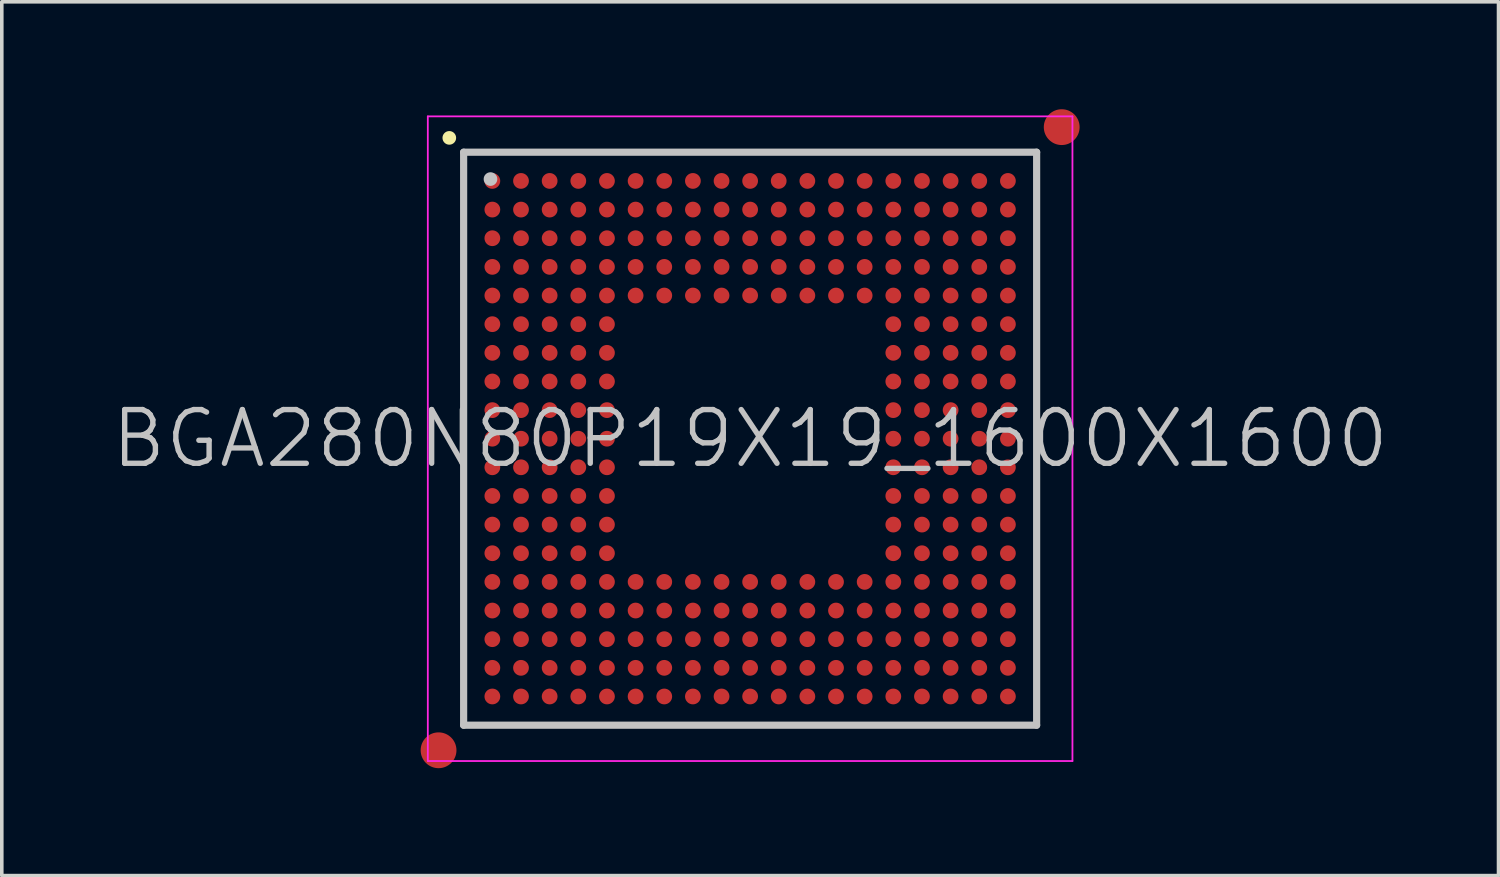
<source format=kicad_pcb>
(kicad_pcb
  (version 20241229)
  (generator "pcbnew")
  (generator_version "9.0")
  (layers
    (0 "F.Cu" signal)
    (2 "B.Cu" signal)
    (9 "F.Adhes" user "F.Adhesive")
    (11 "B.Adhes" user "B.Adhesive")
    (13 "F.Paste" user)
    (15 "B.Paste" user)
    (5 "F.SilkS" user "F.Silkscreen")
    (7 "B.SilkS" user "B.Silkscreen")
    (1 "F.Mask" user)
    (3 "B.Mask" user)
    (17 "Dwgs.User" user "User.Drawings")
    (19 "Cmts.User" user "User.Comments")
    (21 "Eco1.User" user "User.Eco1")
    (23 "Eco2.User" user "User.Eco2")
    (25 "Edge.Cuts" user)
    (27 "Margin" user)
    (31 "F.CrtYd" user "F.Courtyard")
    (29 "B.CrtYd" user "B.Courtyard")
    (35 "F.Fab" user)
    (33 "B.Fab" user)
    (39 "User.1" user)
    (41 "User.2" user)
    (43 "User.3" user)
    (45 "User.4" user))
  (footprint "BGA280N80P19X19_1600X1600"
    (layer "F.Cu")
    (at 17.896 9.2)
    (property "Reference" "BGA280N80P19X19_1600X1600" (at 0 0 0) (layer "Dwgs.User") (effects (font (size 1.5 1.5) (thickness 0.15))))
    (attr smd)
    (fp_line (start -8.4 -8.4) (end -8.4 -8.4) (stroke (width 0.381) (type solid)) (layer "F.SilkS"))
    (fp_line (start -8 -8) (end -8 8) (stroke (width 0.2) (type solid)) (layer "Dwgs.User"))
    (fp_line (start -8 -8) (end 8 -8) (stroke (width 0.2) (type solid)) (layer "Dwgs.User"))
    (fp_line (start -8 8) (end 8 8) (stroke (width 0.2) (type solid)) (layer "Dwgs.User"))
    (fp_line (start -7.25 -7.25) (end -7.25 -7.25) (stroke (width 0.381) (type solid)) (layer "Dwgs.User"))
    (fp_line (start 8 -8) (end 8 8) (stroke (width 0.2) (type solid)) (layer "Dwgs.User"))
    (fp_line (start -9 -9) (end -9 9) (stroke (width 0.05) (type solid)) (layer "F.CrtYd"))
    (fp_line (start -9 -9) (end 9 -9) (stroke (width 0.05) (type solid)) (layer "F.CrtYd"))
    (fp_line (start -9 9) (end 9 9) (stroke (width 0.05) (type solid)) (layer "F.CrtYd"))
    (fp_line (start 9 -9) (end 9 9) (stroke (width 0.05) (type solid)) (layer "F.CrtYd"))
    (pad "" smd circle (at -8.7 8.7) (size 1 1) (layers "F.Cu" "F.Mask"))
    (pad "" smd circle (at 8.7 -8.7) (size 1 1) (layers "F.Cu" "F.Mask"))
    (pad "A1" smd circle (at -7.198 -7.198 270) (size 0.44 0.44) (layers "F.Cu" "F.Mask" "F.Paste"))
    (pad "A2" smd circle (at -6.398 -7.198 270) (size 0.44 0.44) (layers "F.Cu" "F.Mask" "F.Paste"))
    (pad "A3" smd circle (at -5.598 -7.198 270) (size 0.44 0.44) (layers "F.Cu" "F.Mask" "F.Paste"))
    (pad "A4" smd circle (at -4.798 -7.198 270) (size 0.44 0.44) (layers "F.Cu" "F.Mask" "F.Paste"))
    (pad "A5" smd circle (at -3.998 -7.198 270) (size 0.44 0.44) (layers "F.Cu" "F.Mask" "F.Paste"))
    (pad "A6" smd circle (at -3.198 -7.198 270) (size 0.44 0.44) (layers "F.Cu" "F.Mask" "F.Paste"))
    (pad "A7" smd circle (at -2.398 -7.198 270) (size 0.44 0.44) (layers "F.Cu" "F.Mask" "F.Paste"))
    (pad "A8" smd circle (at -1.598 -7.198 270) (size 0.44 0.44) (layers "F.Cu" "F.Mask" "F.Paste"))
    (pad "A9" smd circle (at -0.798 -7.198 270) (size 0.44 0.44) (layers "F.Cu" "F.Mask" "F.Paste"))
    (pad "A10" smd circle (at 0 -7.198 270) (size 0.44 0.44) (layers "F.Cu" "F.Mask" "F.Paste"))
    (pad "A11" smd circle (at 0.798 -7.198 270) (size 0.44 0.44) (layers "F.Cu" "F.Mask" "F.Paste"))
    (pad "A12" smd circle (at 1.598 -7.198 270) (size 0.44 0.44) (layers "F.Cu" "F.Mask" "F.Paste"))
    (pad "A13" smd circle (at 2.398 -7.198 270) (size 0.44 0.44) (layers "F.Cu" "F.Mask" "F.Paste"))
    (pad "A14" smd circle (at 3.198 -7.198 270) (size 0.44 0.44) (layers "F.Cu" "F.Mask" "F.Paste"))
    (pad "A15" smd circle (at 3.998 -7.198 270) (size 0.44 0.44) (layers "F.Cu" "F.Mask" "F.Paste"))
    (pad "A16" smd circle (at 4.798 -7.198 270) (size 0.44 0.44) (layers "F.Cu" "F.Mask" "F.Paste"))
    (pad "A17" smd circle (at 5.598 -7.198 270) (size 0.44 0.44) (layers "F.Cu" "F.Mask" "F.Paste"))
    (pad "A18" smd circle (at 6.398 -7.198 270) (size 0.44 0.44) (layers "F.Cu" "F.Mask" "F.Paste"))
    (pad "A19" smd circle (at 7.198 -7.198 270) (size 0.44 0.44) (layers "F.Cu" "F.Mask" "F.Paste"))
    (pad "B1" smd circle (at -7.198 -6.398 270) (size 0.44 0.44) (layers "F.Cu" "F.Mask" "F.Paste"))
    (pad "B2" smd circle (at -6.398 -6.398 270) (size 0.44 0.44) (layers "F.Cu" "F.Mask" "F.Paste"))
    (pad "B3" smd circle (at -5.598 -6.398 270) (size 0.44 0.44) (layers "F.Cu" "F.Mask" "F.Paste"))
    (pad "B4" smd circle (at -4.798 -6.398 270) (size 0.44 0.44) (layers "F.Cu" "F.Mask" "F.Paste"))
    (pad "B5" smd circle (at -3.998 -6.398 270) (size 0.44 0.44) (layers "F.Cu" "F.Mask" "F.Paste"))
    (pad "B6" smd circle (at -3.198 -6.398 270) (size 0.44 0.44) (layers "F.Cu" "F.Mask" "F.Paste"))
    (pad "B7" smd circle (at -2.398 -6.398 270) (size 0.44 0.44) (layers "F.Cu" "F.Mask" "F.Paste"))
    (pad "B8" smd circle (at -1.598 -6.398 270) (size 0.44 0.44) (layers "F.Cu" "F.Mask" "F.Paste"))
    (pad "B9" smd circle (at -0.798 -6.398 270) (size 0.44 0.44) (layers "F.Cu" "F.Mask" "F.Paste"))
    (pad "B10" smd circle (at 0 -6.398 270) (size 0.44 0.44) (layers "F.Cu" "F.Mask" "F.Paste"))
    (pad "B11" smd circle (at 0.798 -6.398 270) (size 0.44 0.44) (layers "F.Cu" "F.Mask" "F.Paste"))
    (pad "B12" smd circle (at 1.598 -6.398 270) (size 0.44 0.44) (layers "F.Cu" "F.Mask" "F.Paste"))
    (pad "B13" smd circle (at 2.398 -6.398 270) (size 0.44 0.44) (layers "F.Cu" "F.Mask" "F.Paste"))
    (pad "B14" smd circle (at 3.198 -6.398 270) (size 0.44 0.44) (layers "F.Cu" "F.Mask" "F.Paste"))
    (pad "B15" smd circle (at 3.998 -6.398 270) (size 0.44 0.44) (layers "F.Cu" "F.Mask" "F.Paste"))
    (pad "B16" smd circle (at 4.798 -6.398 270) (size 0.44 0.44) (layers "F.Cu" "F.Mask" "F.Paste"))
    (pad "B17" smd circle (at 5.598 -6.398 270) (size 0.44 0.44) (layers "F.Cu" "F.Mask" "F.Paste"))
    (pad "B18" smd circle (at 6.398 -6.398 270) (size 0.44 0.44) (layers "F.Cu" "F.Mask" "F.Paste"))
    (pad "B19" smd circle (at 7.198 -6.398 270) (size 0.44 0.44) (layers "F.Cu" "F.Mask" "F.Paste"))
    (pad "C1" smd circle (at -7.198 -5.598 270) (size 0.44 0.44) (layers "F.Cu" "F.Mask" "F.Paste"))
    (pad "C2" smd circle (at -6.398 -5.598 270) (size 0.44 0.44) (layers "F.Cu" "F.Mask" "F.Paste"))
    (pad "C3" smd circle (at -5.598 -5.598 270) (size 0.44 0.44) (layers "F.Cu" "F.Mask" "F.Paste"))
    (pad "C4" smd circle (at -4.798 -5.598 270) (size 0.44 0.44) (layers "F.Cu" "F.Mask" "F.Paste"))
    (pad "C5" smd circle (at -3.998 -5.598 270) (size 0.44 0.44) (layers "F.Cu" "F.Mask" "F.Paste"))
    (pad "C6" smd circle (at -3.198 -5.598 270) (size 0.44 0.44) (layers "F.Cu" "F.Mask" "F.Paste"))
    (pad "C7" smd circle (at -2.398 -5.598 270) (size 0.44 0.44) (layers "F.Cu" "F.Mask" "F.Paste"))
    (pad "C8" smd circle (at -1.598 -5.598 270) (size 0.44 0.44) (layers "F.Cu" "F.Mask" "F.Paste"))
    (pad "C9" smd circle (at -0.798 -5.598 270) (size 0.44 0.44) (layers "F.Cu" "F.Mask" "F.Paste"))
    (pad "C10" smd circle (at 0 -5.598 270) (size 0.44 0.44) (layers "F.Cu" "F.Mask" "F.Paste"))
    (pad "C11" smd circle (at 0.798 -5.598 270) (size 0.44 0.44) (layers "F.Cu" "F.Mask" "F.Paste"))
    (pad "C12" smd circle (at 1.598 -5.598 270) (size 0.44 0.44) (layers "F.Cu" "F.Mask" "F.Paste"))
    (pad "C13" smd circle (at 2.398 -5.598 270) (size 0.44 0.44) (layers "F.Cu" "F.Mask" "F.Paste"))
    (pad "C14" smd circle (at 3.198 -5.598 270) (size 0.44 0.44) (layers "F.Cu" "F.Mask" "F.Paste"))
    (pad "C15" smd circle (at 3.998 -5.598 270) (size 0.44 0.44) (layers "F.Cu" "F.Mask" "F.Paste"))
    (pad "C16" smd circle (at 4.798 -5.598 270) (size 0.44 0.44) (layers "F.Cu" "F.Mask" "F.Paste"))
    (pad "C17" smd circle (at 5.598 -5.598 270) (size 0.44 0.44) (layers "F.Cu" "F.Mask" "F.Paste"))
    (pad "C18" smd circle (at 6.398 -5.598 270) (size 0.44 0.44) (layers "F.Cu" "F.Mask" "F.Paste"))
    (pad "C19" smd circle (at 7.198 -5.598 270) (size 0.44 0.44) (layers "F.Cu" "F.Mask" "F.Paste"))
    (pad "D1" smd circle (at -7.198 -4.798 270) (size 0.44 0.44) (layers "F.Cu" "F.Mask" "F.Paste"))
    (pad "D2" smd circle (at -6.398 -4.798 270) (size 0.44 0.44) (layers "F.Cu" "F.Mask" "F.Paste"))
    (pad "D3" smd circle (at -5.598 -4.798 270) (size 0.44 0.44) (layers "F.Cu" "F.Mask" "F.Paste"))
    (pad "D4" smd circle (at -4.798 -4.798 270) (size 0.44 0.44) (layers "F.Cu" "F.Mask" "F.Paste"))
    (pad "D5" smd circle (at -3.998 -4.798 270) (size 0.44 0.44) (layers "F.Cu" "F.Mask" "F.Paste"))
    (pad "D6" smd circle (at -3.198 -4.798 270) (size 0.44 0.44) (layers "F.Cu" "F.Mask" "F.Paste"))
    (pad "D7" smd circle (at -2.398 -4.798 270) (size 0.44 0.44) (layers "F.Cu" "F.Mask" "F.Paste"))
    (pad "D8" smd circle (at -1.598 -4.798 270) (size 0.44 0.44) (layers "F.Cu" "F.Mask" "F.Paste"))
    (pad "D9" smd circle (at -0.798 -4.798 270) (size 0.44 0.44) (layers "F.Cu" "F.Mask" "F.Paste"))
    (pad "D10" smd circle (at 0 -4.798 270) (size 0.44 0.44) (layers "F.Cu" "F.Mask" "F.Paste"))
    (pad "D11" smd circle (at 0.798 -4.798 270) (size 0.44 0.44) (layers "F.Cu" "F.Mask" "F.Paste"))
    (pad "D12" smd circle (at 1.598 -4.798 270) (size 0.44 0.44) (layers "F.Cu" "F.Mask" "F.Paste"))
    (pad "D13" smd circle (at 2.398 -4.798 270) (size 0.44 0.44) (layers "F.Cu" "F.Mask" "F.Paste"))
    (pad "D14" smd circle (at 3.198 -4.798 270) (size 0.44 0.44) (layers "F.Cu" "F.Mask" "F.Paste"))
    (pad "D15" smd circle (at 3.998 -4.798 270) (size 0.44 0.44) (layers "F.Cu" "F.Mask" "F.Paste"))
    (pad "D16" smd circle (at 4.798 -4.798 270) (size 0.44 0.44) (layers "F.Cu" "F.Mask" "F.Paste"))
    (pad "D17" smd circle (at 5.598 -4.798 270) (size 0.44 0.44) (layers "F.Cu" "F.Mask" "F.Paste"))
    (pad "D18" smd circle (at 6.398 -4.798 270) (size 0.44 0.44) (layers "F.Cu" "F.Mask" "F.Paste"))
    (pad "D19" smd circle (at 7.198 -4.798 270) (size 0.44 0.44) (layers "F.Cu" "F.Mask" "F.Paste"))
    (pad "E1" smd circle (at -7.198 -3.998 270) (size 0.44 0.44) (layers "F.Cu" "F.Mask" "F.Paste"))
    (pad "E2" smd circle (at -6.398 -3.998 270) (size 0.44 0.44) (layers "F.Cu" "F.Mask" "F.Paste"))
    (pad "E3" smd circle (at -5.598 -3.998 270) (size 0.44 0.44) (layers "F.Cu" "F.Mask" "F.Paste"))
    (pad "E4" smd circle (at -4.798 -3.998 270) (size 0.44 0.44) (layers "F.Cu" "F.Mask" "F.Paste"))
    (pad "E5" smd circle (at -3.998 -3.998 270) (size 0.44 0.44) (layers "F.Cu" "F.Mask" "F.Paste"))
    (pad "E6" smd circle (at -3.198 -3.998 270) (size 0.44 0.44) (layers "F.Cu" "F.Mask" "F.Paste"))
    (pad "E7" smd circle (at -2.398 -3.998 270) (size 0.44 0.44) (layers "F.Cu" "F.Mask" "F.Paste"))
    (pad "E8" smd circle (at -1.598 -3.998 270) (size 0.44 0.44) (layers "F.Cu" "F.Mask" "F.Paste"))
    (pad "E9" smd circle (at -0.798 -3.998 270) (size 0.44 0.44) (layers "F.Cu" "F.Mask" "F.Paste"))
    (pad "E10" smd circle (at 0 -3.998 270) (size 0.44 0.44) (layers "F.Cu" "F.Mask" "F.Paste"))
    (pad "E11" smd circle (at 0.798 -3.998 270) (size 0.44 0.44) (layers "F.Cu" "F.Mask" "F.Paste"))
    (pad "E12" smd circle (at 1.598 -3.998 270) (size 0.44 0.44) (layers "F.Cu" "F.Mask" "F.Paste"))
    (pad "E13" smd circle (at 2.398 -3.998 270) (size 0.44 0.44) (layers "F.Cu" "F.Mask" "F.Paste"))
    (pad "E14" smd circle (at 3.198 -3.998 270) (size 0.44 0.44) (layers "F.Cu" "F.Mask" "F.Paste"))
    (pad "E15" smd circle (at 3.998 -3.998 270) (size 0.44 0.44) (layers "F.Cu" "F.Mask" "F.Paste"))
    (pad "E16" smd circle (at 4.798 -3.998 270) (size 0.44 0.44) (layers "F.Cu" "F.Mask" "F.Paste"))
    (pad "E17" smd circle (at 5.598 -3.998 270) (size 0.44 0.44) (layers "F.Cu" "F.Mask" "F.Paste"))
    (pad "E18" smd circle (at 6.398 -3.998 270) (size 0.44 0.44) (layers "F.Cu" "F.Mask" "F.Paste"))
    (pad "E19" smd circle (at 7.198 -3.998 270) (size 0.44 0.44) (layers "F.Cu" "F.Mask" "F.Paste"))
    (pad "F1" smd circle (at -7.198 -3.198 270) (size 0.44 0.44) (layers "F.Cu" "F.Mask" "F.Paste"))
    (pad "F2" smd circle (at -6.398 -3.198 270) (size 0.44 0.44) (layers "F.Cu" "F.Mask" "F.Paste"))
    (pad "F3" smd circle (at -5.598 -3.198 270) (size 0.44 0.44) (layers "F.Cu" "F.Mask" "F.Paste"))
    (pad "F4" smd circle (at -4.798 -3.198 270) (size 0.44 0.44) (layers "F.Cu" "F.Mask" "F.Paste"))
    (pad "F5" smd circle (at -3.998 -3.198 270) (size 0.44 0.44) (layers "F.Cu" "F.Mask" "F.Paste"))
    (pad "F15" smd circle (at 3.998 -3.198 270) (size 0.44 0.44) (layers "F.Cu" "F.Mask" "F.Paste"))
    (pad "F16" smd circle (at 4.798 -3.198 270) (size 0.44 0.44) (layers "F.Cu" "F.Mask" "F.Paste"))
    (pad "F17" smd circle (at 5.598 -3.198 270) (size 0.44 0.44) (layers "F.Cu" "F.Mask" "F.Paste"))
    (pad "F18" smd circle (at 6.398 -3.198 270) (size 0.44 0.44) (layers "F.Cu" "F.Mask" "F.Paste"))
    (pad "F19" smd circle (at 7.198 -3.198 270) (size 0.44 0.44) (layers "F.Cu" "F.Mask" "F.Paste"))
    (pad "G1" smd circle (at -7.198 -2.398 270) (size 0.44 0.44) (layers "F.Cu" "F.Mask" "F.Paste"))
    (pad "G2" smd circle (at -6.398 -2.398 270) (size 0.44 0.44) (layers "F.Cu" "F.Mask" "F.Paste"))
    (pad "G3" smd circle (at -5.598 -2.398 270) (size 0.44 0.44) (layers "F.Cu" "F.Mask" "F.Paste"))
    (pad "G4" smd circle (at -4.798 -2.398 270) (size 0.44 0.44) (layers "F.Cu" "F.Mask" "F.Paste"))
    (pad "G5" smd circle (at -3.998 -2.398 270) (size 0.44 0.44) (layers "F.Cu" "F.Mask" "F.Paste"))
    (pad "G15" smd circle (at 3.998 -2.398 270) (size 0.44 0.44) (layers "F.Cu" "F.Mask" "F.Paste"))
    (pad "G16" smd circle (at 4.798 -2.398 270) (size 0.44 0.44) (layers "F.Cu" "F.Mask" "F.Paste"))
    (pad "G17" smd circle (at 5.598 -2.398 270) (size 0.44 0.44) (layers "F.Cu" "F.Mask" "F.Paste"))
    (pad "G18" smd circle (at 6.398 -2.398 270) (size 0.44 0.44) (layers "F.Cu" "F.Mask" "F.Paste"))
    (pad "G19" smd circle (at 7.198 -2.398 270) (size 0.44 0.44) (layers "F.Cu" "F.Mask" "F.Paste"))
    (pad "H1" smd circle (at -7.198 -1.598 270) (size 0.44 0.44) (layers "F.Cu" "F.Mask" "F.Paste"))
    (pad "H2" smd circle (at -6.398 -1.598 270) (size 0.44 0.44) (layers "F.Cu" "F.Mask" "F.Paste"))
    (pad "H3" smd circle (at -5.598 -1.598 270) (size 0.44 0.44) (layers "F.Cu" "F.Mask" "F.Paste"))
    (pad "H4" smd circle (at -4.798 -1.598 270) (size 0.44 0.44) (layers "F.Cu" "F.Mask" "F.Paste"))
    (pad "H5" smd circle (at -3.998 -1.598 270) (size 0.44 0.44) (layers "F.Cu" "F.Mask" "F.Paste"))
    (pad "H15" smd circle (at 3.998 -1.598 270) (size 0.44 0.44) (layers "F.Cu" "F.Mask" "F.Paste"))
    (pad "H16" smd circle (at 4.798 -1.598 270) (size 0.44 0.44) (layers "F.Cu" "F.Mask" "F.Paste"))
    (pad "H17" smd circle (at 5.598 -1.598 270) (size 0.44 0.44) (layers "F.Cu" "F.Mask" "F.Paste"))
    (pad "H18" smd circle (at 6.398 -1.598 270) (size 0.44 0.44) (layers "F.Cu" "F.Mask" "F.Paste"))
    (pad "H19" smd circle (at 7.198 -1.598 270) (size 0.44 0.44) (layers "F.Cu" "F.Mask" "F.Paste"))
    (pad "J1" smd circle (at -7.198 -0.798 270) (size 0.44 0.44) (layers "F.Cu" "F.Mask" "F.Paste"))
    (pad "J2" smd circle (at -6.398 -0.798 270) (size 0.44 0.44) (layers "F.Cu" "F.Mask" "F.Paste"))
    (pad "J3" smd circle (at -5.598 -0.798 270) (size 0.44 0.44) (layers "F.Cu" "F.Mask" "F.Paste"))
    (pad "J4" smd circle (at -4.798 -0.798 270) (size 0.44 0.44) (layers "F.Cu" "F.Mask" "F.Paste"))
    (pad "J5" smd circle (at -3.998 -0.798 270) (size 0.44 0.44) (layers "F.Cu" "F.Mask" "F.Paste"))
    (pad "J15" smd circle (at 3.998 -0.798 270) (size 0.44 0.44) (layers "F.Cu" "F.Mask" "F.Paste"))
    (pad "J16" smd circle (at 4.798 -0.798 270) (size 0.44 0.44) (layers "F.Cu" "F.Mask" "F.Paste"))
    (pad "J17" smd circle (at 5.598 -0.798 270) (size 0.44 0.44) (layers "F.Cu" "F.Mask" "F.Paste"))
    (pad "J18" smd circle (at 6.398 -0.798 270) (size 0.44 0.44) (layers "F.Cu" "F.Mask" "F.Paste"))
    (pad "J19" smd circle (at 7.198 -0.798 270) (size 0.44 0.44) (layers "F.Cu" "F.Mask" "F.Paste"))
    (pad "K1" smd circle (at -7.198 0 270) (size 0.44 0.44) (layers "F.Cu" "F.Mask" "F.Paste"))
    (pad "K2" smd circle (at -6.398 0 270) (size 0.44 0.44) (layers "F.Cu" "F.Mask" "F.Paste"))
    (pad "K3" smd circle (at -5.598 0 270) (size 0.44 0.44) (layers "F.Cu" "F.Mask" "F.Paste"))
    (pad "K4" smd circle (at -4.798 0 270) (size 0.44 0.44) (layers "F.Cu" "F.Mask" "F.Paste"))
    (pad "K5" smd circle (at -3.998 0 270) (size 0.44 0.44) (layers "F.Cu" "F.Mask" "F.Paste"))
    (pad "K15" smd circle (at 3.998 0 270) (size 0.44 0.44) (layers "F.Cu" "F.Mask" "F.Paste"))
    (pad "K16" smd circle (at 4.798 0 270) (size 0.44 0.44) (layers "F.Cu" "F.Mask" "F.Paste"))
    (pad "K17" smd circle (at 5.598 0 270) (size 0.44 0.44) (layers "F.Cu" "F.Mask" "F.Paste"))
    (pad "K18" smd circle (at 6.398 0 270) (size 0.44 0.44) (layers "F.Cu" "F.Mask" "F.Paste"))
    (pad "K19" smd circle (at 7.198 0 270) (size 0.44 0.44) (layers "F.Cu" "F.Mask" "F.Paste"))
    (pad "L1" smd circle (at -7.198 0.798 270) (size 0.44 0.44) (layers "F.Cu" "F.Mask" "F.Paste"))
    (pad "L2" smd circle (at -6.398 0.798 270) (size 0.44 0.44) (layers "F.Cu" "F.Mask" "F.Paste"))
    (pad "L3" smd circle (at -5.598 0.798 270) (size 0.44 0.44) (layers "F.Cu" "F.Mask" "F.Paste"))
    (pad "L4" smd circle (at -4.798 0.798 270) (size 0.44 0.44) (layers "F.Cu" "F.Mask" "F.Paste"))
    (pad "L5" smd circle (at -3.998 0.798 270) (size 0.44 0.44) (layers "F.Cu" "F.Mask" "F.Paste"))
    (pad "L15" smd circle (at 3.998 0.798 270) (size 0.44 0.44) (layers "F.Cu" "F.Mask" "F.Paste"))
    (pad "L16" smd circle (at 4.798 0.798 270) (size 0.44 0.44) (layers "F.Cu" "F.Mask" "F.Paste"))
    (pad "L17" smd circle (at 5.598 0.798 270) (size 0.44 0.44) (layers "F.Cu" "F.Mask" "F.Paste"))
    (pad "L18" smd circle (at 6.398 0.798 270) (size 0.44 0.44) (layers "F.Cu" "F.Mask" "F.Paste"))
    (pad "L19" smd circle (at 7.198 0.798 270) (size 0.44 0.44) (layers "F.Cu" "F.Mask" "F.Paste"))
    (pad "M1" smd circle (at -7.198 1.598 270) (size 0.44 0.44) (layers "F.Cu" "F.Mask" "F.Paste"))
    (pad "M2" smd circle (at -6.398 1.598 270) (size 0.44 0.44) (layers "F.Cu" "F.Mask" "F.Paste"))
    (pad "M3" smd circle (at -5.598 1.598 270) (size 0.44 0.44) (layers "F.Cu" "F.Mask" "F.Paste"))
    (pad "M4" smd circle (at -4.798 1.598 270) (size 0.44 0.44) (layers "F.Cu" "F.Mask" "F.Paste"))
    (pad "M5" smd circle (at -3.998 1.598 270) (size 0.44 0.44) (layers "F.Cu" "F.Mask" "F.Paste"))
    (pad "M15" smd circle (at 3.998 1.598 270) (size 0.44 0.44) (layers "F.Cu" "F.Mask" "F.Paste"))
    (pad "M16" smd circle (at 4.798 1.598 270) (size 0.44 0.44) (layers "F.Cu" "F.Mask" "F.Paste"))
    (pad "M17" smd circle (at 5.598 1.598 270) (size 0.44 0.44) (layers "F.Cu" "F.Mask" "F.Paste"))
    (pad "M18" smd circle (at 6.398 1.598 270) (size 0.44 0.44) (layers "F.Cu" "F.Mask" "F.Paste"))
    (pad "M19" smd circle (at 7.198 1.598 270) (size 0.44 0.44) (layers "F.Cu" "F.Mask" "F.Paste"))
    (pad "N1" smd circle (at -7.198 2.398 270) (size 0.44 0.44) (layers "F.Cu" "F.Mask" "F.Paste"))
    (pad "N2" smd circle (at -6.398 2.398 270) (size 0.44 0.44) (layers "F.Cu" "F.Mask" "F.Paste"))
    (pad "N3" smd circle (at -5.598 2.398 270) (size 0.44 0.44) (layers "F.Cu" "F.Mask" "F.Paste"))
    (pad "N4" smd circle (at -4.798 2.398 270) (size 0.44 0.44) (layers "F.Cu" "F.Mask" "F.Paste"))
    (pad "N5" smd circle (at -3.998 2.398 270) (size 0.44 0.44) (layers "F.Cu" "F.Mask" "F.Paste"))
    (pad "N15" smd circle (at 3.998 2.398 270) (size 0.44 0.44) (layers "F.Cu" "F.Mask" "F.Paste"))
    (pad "N16" smd circle (at 4.798 2.398 270) (size 0.44 0.44) (layers "F.Cu" "F.Mask" "F.Paste"))
    (pad "N17" smd circle (at 5.598 2.398 270) (size 0.44 0.44) (layers "F.Cu" "F.Mask" "F.Paste"))
    (pad "N18" smd circle (at 6.398 2.398 270) (size 0.44 0.44) (layers "F.Cu" "F.Mask" "F.Paste"))
    (pad "N19" smd circle (at 7.198 2.398 270) (size 0.44 0.44) (layers "F.Cu" "F.Mask" "F.Paste"))
    (pad "P1" smd circle (at -7.198 3.198 270) (size 0.44 0.44) (layers "F.Cu" "F.Mask" "F.Paste"))
    (pad "P2" smd circle (at -6.398 3.198 270) (size 0.44 0.44) (layers "F.Cu" "F.Mask" "F.Paste"))
    (pad "P3" smd circle (at -5.598 3.198 270) (size 0.44 0.44) (layers "F.Cu" "F.Mask" "F.Paste"))
    (pad "P4" smd circle (at -4.798 3.198 270) (size 0.44 0.44) (layers "F.Cu" "F.Mask" "F.Paste"))
    (pad "P5" smd circle (at -3.998 3.198 270) (size 0.44 0.44) (layers "F.Cu" "F.Mask" "F.Paste"))
    (pad "P15" smd circle (at 3.998 3.198 270) (size 0.44 0.44) (layers "F.Cu" "F.Mask" "F.Paste"))
    (pad "P16" smd circle (at 4.798 3.198 270) (size 0.44 0.44) (layers "F.Cu" "F.Mask" "F.Paste"))
    (pad "P17" smd circle (at 5.598 3.198 270) (size 0.44 0.44) (layers "F.Cu" "F.Mask" "F.Paste"))
    (pad "P18" smd circle (at 6.398 3.198 270) (size 0.44 0.44) (layers "F.Cu" "F.Mask" "F.Paste"))
    (pad "P19" smd circle (at 7.198 3.198 270) (size 0.44 0.44) (layers "F.Cu" "F.Mask" "F.Paste"))
    (pad "R1" smd circle (at -7.198 3.998 270) (size 0.44 0.44) (layers "F.Cu" "F.Mask" "F.Paste"))
    (pad "R2" smd circle (at -6.398 3.998 270) (size 0.44 0.44) (layers "F.Cu" "F.Mask" "F.Paste"))
    (pad "R3" smd circle (at -5.598 3.998 270) (size 0.44 0.44) (layers "F.Cu" "F.Mask" "F.Paste"))
    (pad "R4" smd circle (at -4.798 3.998 270) (size 0.44 0.44) (layers "F.Cu" "F.Mask" "F.Paste"))
    (pad "R5" smd circle (at -3.998 3.998 270) (size 0.44 0.44) (layers "F.Cu" "F.Mask" "F.Paste"))
    (pad "R6" smd circle (at -3.198 3.998 270) (size 0.44 0.44) (layers "F.Cu" "F.Mask" "F.Paste"))
    (pad "R7" smd circle (at -2.398 3.998 270) (size 0.44 0.44) (layers "F.Cu" "F.Mask" "F.Paste"))
    (pad "R8" smd circle (at -1.598 3.998 270) (size 0.44 0.44) (layers "F.Cu" "F.Mask" "F.Paste"))
    (pad "R9" smd circle (at -0.798 3.998 270) (size 0.44 0.44) (layers "F.Cu" "F.Mask" "F.Paste"))
    (pad "R10" smd circle (at 0 3.998 270) (size 0.44 0.44) (layers "F.Cu" "F.Mask" "F.Paste"))
    (pad "R11" smd circle (at 0.798 3.998 270) (size 0.44 0.44) (layers "F.Cu" "F.Mask" "F.Paste"))
    (pad "R12" smd circle (at 1.598 3.998 270) (size 0.44 0.44) (layers "F.Cu" "F.Mask" "F.Paste"))
    (pad "R13" smd circle (at 2.398 3.998 270) (size 0.44 0.44) (layers "F.Cu" "F.Mask" "F.Paste"))
    (pad "R14" smd circle (at 3.198 3.998 270) (size 0.44 0.44) (layers "F.Cu" "F.Mask" "F.Paste"))
    (pad "R15" smd circle (at 3.998 3.998 270) (size 0.44 0.44) (layers "F.Cu" "F.Mask" "F.Paste"))
    (pad "R16" smd circle (at 4.798 3.998 270) (size 0.44 0.44) (layers "F.Cu" "F.Mask" "F.Paste"))
    (pad "R17" smd circle (at 5.598 3.998 270) (size 0.44 0.44) (layers "F.Cu" "F.Mask" "F.Paste"))
    (pad "R18" smd circle (at 6.398 3.998 270) (size 0.44 0.44) (layers "F.Cu" "F.Mask" "F.Paste"))
    (pad "R19" smd circle (at 7.198 3.998 270) (size 0.44 0.44) (layers "F.Cu" "F.Mask" "F.Paste"))
    (pad "T1" smd circle (at -7.198 4.798 270) (size 0.44 0.44) (layers "F.Cu" "F.Mask" "F.Paste"))
    (pad "T2" smd circle (at -6.398 4.798 270) (size 0.44 0.44) (layers "F.Cu" "F.Mask" "F.Paste"))
    (pad "T3" smd circle (at -5.598 4.798 270) (size 0.44 0.44) (layers "F.Cu" "F.Mask" "F.Paste"))
    (pad "T4" smd circle (at -4.798 4.798 270) (size 0.44 0.44) (layers "F.Cu" "F.Mask" "F.Paste"))
    (pad "T5" smd circle (at -3.998 4.798 270) (size 0.44 0.44) (layers "F.Cu" "F.Mask" "F.Paste"))
    (pad "T6" smd circle (at -3.198 4.798 270) (size 0.44 0.44) (layers "F.Cu" "F.Mask" "F.Paste"))
    (pad "T7" smd circle (at -2.398 4.798 270) (size 0.44 0.44) (layers "F.Cu" "F.Mask" "F.Paste"))
    (pad "T8" smd circle (at -1.598 4.798 270) (size 0.44 0.44) (layers "F.Cu" "F.Mask" "F.Paste"))
    (pad "T9" smd circle (at -0.798 4.798 270) (size 0.44 0.44) (layers "F.Cu" "F.Mask" "F.Paste"))
    (pad "T10" smd circle (at 0 4.798 270) (size 0.44 0.44) (layers "F.Cu" "F.Mask" "F.Paste"))
    (pad "T11" smd circle (at 0.798 4.798 270) (size 0.44 0.44) (layers "F.Cu" "F.Mask" "F.Paste"))
    (pad "T12" smd circle (at 1.598 4.798 270) (size 0.44 0.44) (layers "F.Cu" "F.Mask" "F.Paste"))
    (pad "T13" smd circle (at 2.398 4.798 270) (size 0.44 0.44) (layers "F.Cu" "F.Mask" "F.Paste"))
    (pad "T14" smd circle (at 3.198 4.798 270) (size 0.44 0.44) (layers "F.Cu" "F.Mask" "F.Paste"))
    (pad "T15" smd circle (at 3.998 4.798 270) (size 0.44 0.44) (layers "F.Cu" "F.Mask" "F.Paste"))
    (pad "T16" smd circle (at 4.798 4.798 270) (size 0.44 0.44) (layers "F.Cu" "F.Mask" "F.Paste"))
    (pad "T17" smd circle (at 5.598 4.798 270) (size 0.44 0.44) (layers "F.Cu" "F.Mask" "F.Paste"))
    (pad "T18" smd circle (at 6.398 4.798 270) (size 0.44 0.44) (layers "F.Cu" "F.Mask" "F.Paste"))
    (pad "T19" smd circle (at 7.198 4.798 270) (size 0.44 0.44) (layers "F.Cu" "F.Mask" "F.Paste"))
    (pad "U1" smd circle (at -7.198 5.598 270) (size 0.44 0.44) (layers "F.Cu" "F.Mask" "F.Paste"))
    (pad "U2" smd circle (at -6.398 5.598 270) (size 0.44 0.44) (layers "F.Cu" "F.Mask" "F.Paste"))
    (pad "U3" smd circle (at -5.598 5.598 270) (size 0.44 0.44) (layers "F.Cu" "F.Mask" "F.Paste"))
    (pad "U4" smd circle (at -4.798 5.598 270) (size 0.44 0.44) (layers "F.Cu" "F.Mask" "F.Paste"))
    (pad "U5" smd circle (at -3.998 5.598 270) (size 0.44 0.44) (layers "F.Cu" "F.Mask" "F.Paste"))
    (pad "U6" smd circle (at -3.198 5.598 270) (size 0.44 0.44) (layers "F.Cu" "F.Mask" "F.Paste"))
    (pad "U7" smd circle (at -2.398 5.598 270) (size 0.44 0.44) (layers "F.Cu" "F.Mask" "F.Paste"))
    (pad "U8" smd circle (at -1.598 5.598 270) (size 0.44 0.44) (layers "F.Cu" "F.Mask" "F.Paste"))
    (pad "U9" smd circle (at -0.798 5.598 270) (size 0.44 0.44) (layers "F.Cu" "F.Mask" "F.Paste"))
    (pad "U10" smd circle (at 0 5.598 270) (size 0.44 0.44) (layers "F.Cu" "F.Mask" "F.Paste"))
    (pad "U11" smd circle (at 0.798 5.598 270) (size 0.44 0.44) (layers "F.Cu" "F.Mask" "F.Paste"))
    (pad "U12" smd circle (at 1.598 5.598 270) (size 0.44 0.44) (layers "F.Cu" "F.Mask" "F.Paste"))
    (pad "U13" smd circle (at 2.398 5.598 270) (size 0.44 0.44) (layers "F.Cu" "F.Mask" "F.Paste"))
    (pad "U14" smd circle (at 3.198 5.598 270) (size 0.44 0.44) (layers "F.Cu" "F.Mask" "F.Paste"))
    (pad "U15" smd circle (at 3.998 5.598 270) (size 0.44 0.44) (layers "F.Cu" "F.Mask" "F.Paste"))
    (pad "U16" smd circle (at 4.798 5.598 270) (size 0.44 0.44) (layers "F.Cu" "F.Mask" "F.Paste"))
    (pad "U17" smd circle (at 5.598 5.598 270) (size 0.44 0.44) (layers "F.Cu" "F.Mask" "F.Paste"))
    (pad "U18" smd circle (at 6.398 5.598 270) (size 0.44 0.44) (layers "F.Cu" "F.Mask" "F.Paste"))
    (pad "U19" smd circle (at 7.198 5.598 270) (size 0.44 0.44) (layers "F.Cu" "F.Mask" "F.Paste"))
    (pad "V1" smd circle (at -7.198 6.398 270) (size 0.44 0.44) (layers "F.Cu" "F.Mask" "F.Paste"))
    (pad "V2" smd circle (at -6.398 6.398 270) (size 0.44 0.44) (layers "F.Cu" "F.Mask" "F.Paste"))
    (pad "V3" smd circle (at -5.598 6.398 270) (size 0.44 0.44) (layers "F.Cu" "F.Mask" "F.Paste"))
    (pad "V4" smd circle (at -4.798 6.398 270) (size 0.44 0.44) (layers "F.Cu" "F.Mask" "F.Paste"))
    (pad "V5" smd circle (at -3.998 6.398 270) (size 0.44 0.44) (layers "F.Cu" "F.Mask" "F.Paste"))
    (pad "V6" smd circle (at -3.198 6.398 270) (size 0.44 0.44) (layers "F.Cu" "F.Mask" "F.Paste"))
    (pad "V7" smd circle (at -2.398 6.398 270) (size 0.44 0.44) (layers "F.Cu" "F.Mask" "F.Paste"))
    (pad "V8" smd circle (at -1.598 6.398 270) (size 0.44 0.44) (layers "F.Cu" "F.Mask" "F.Paste"))
    (pad "V9" smd circle (at -0.798 6.398 270) (size 0.44 0.44) (layers "F.Cu" "F.Mask" "F.Paste"))
    (pad "V10" smd circle (at 0 6.398 270) (size 0.44 0.44) (layers "F.Cu" "F.Mask" "F.Paste"))
    (pad "V11" smd circle (at 0.798 6.398 270) (size 0.44 0.44) (layers "F.Cu" "F.Mask" "F.Paste"))
    (pad "V12" smd circle (at 1.598 6.398 270) (size 0.44 0.44) (layers "F.Cu" "F.Mask" "F.Paste"))
    (pad "V13" smd circle (at 2.398 6.398 270) (size 0.44 0.44) (layers "F.Cu" "F.Mask" "F.Paste"))
    (pad "V14" smd circle (at 3.198 6.398 270) (size 0.44 0.44) (layers "F.Cu" "F.Mask" "F.Paste"))
    (pad "V15" smd circle (at 3.998 6.398 270) (size 0.44 0.44) (layers "F.Cu" "F.Mask" "F.Paste"))
    (pad "V16" smd circle (at 4.798 6.398 270) (size 0.44 0.44) (layers "F.Cu" "F.Mask" "F.Paste"))
    (pad "V17" smd circle (at 5.598 6.398 270) (size 0.44 0.44) (layers "F.Cu" "F.Mask" "F.Paste"))
    (pad "V18" smd circle (at 6.398 6.398 270) (size 0.44 0.44) (layers "F.Cu" "F.Mask" "F.Paste"))
    (pad "V19" smd circle (at 7.198 6.398 270) (size 0.44 0.44) (layers "F.Cu" "F.Mask" "F.Paste"))
    (pad "W1" smd circle (at -7.198 7.198 270) (size 0.44 0.44) (layers "F.Cu" "F.Mask" "F.Paste"))
    (pad "W2" smd circle (at -6.398 7.198 270) (size 0.44 0.44) (layers "F.Cu" "F.Mask" "F.Paste"))
    (pad "W3" smd circle (at -5.598 7.198 270) (size 0.44 0.44) (layers "F.Cu" "F.Mask" "F.Paste"))
    (pad "W4" smd circle (at -4.798 7.198 270) (size 0.44 0.44) (layers "F.Cu" "F.Mask" "F.Paste"))
    (pad "W5" smd circle (at -3.998 7.198 270) (size 0.44 0.44) (layers "F.Cu" "F.Mask" "F.Paste"))
    (pad "W6" smd circle (at -3.198 7.198 270) (size 0.44 0.44) (layers "F.Cu" "F.Mask" "F.Paste"))
    (pad "W7" smd circle (at -2.398 7.198 270) (size 0.44 0.44) (layers "F.Cu" "F.Mask" "F.Paste"))
    (pad "W8" smd circle (at -1.598 7.198 270) (size 0.44 0.44) (layers "F.Cu" "F.Mask" "F.Paste"))
    (pad "W9" smd circle (at -0.798 7.198 270) (size 0.44 0.44) (layers "F.Cu" "F.Mask" "F.Paste"))
    (pad "W10" smd circle (at 0 7.198 270) (size 0.44 0.44) (layers "F.Cu" "F.Mask" "F.Paste"))
    (pad "W11" smd circle (at 0.798 7.198 270) (size 0.44 0.44) (layers "F.Cu" "F.Mask" "F.Paste"))
    (pad "W12" smd circle (at 1.598 7.198 270) (size 0.44 0.44) (layers "F.Cu" "F.Mask" "F.Paste"))
    (pad "W13" smd circle (at 2.398 7.198 270) (size 0.44 0.44) (layers "F.Cu" "F.Mask" "F.Paste"))
    (pad "W14" smd circle (at 3.198 7.198 270) (size 0.44 0.44) (layers "F.Cu" "F.Mask" "F.Paste"))
    (pad "W15" smd circle (at 3.998 7.198 270) (size 0.44 0.44) (layers "F.Cu" "F.Mask" "F.Paste"))
    (pad "W16" smd circle (at 4.798 7.198 270) (size 0.44 0.44) (layers "F.Cu" "F.Mask" "F.Paste"))
    (pad "W17" smd circle (at 5.598 7.198 270) (size 0.44 0.44) (layers "F.Cu" "F.Mask" "F.Paste"))
    (pad "W18" smd circle (at 6.398 7.198 270) (size 0.44 0.44) (layers "F.Cu" "F.Mask" "F.Paste"))
    (pad "W19" smd circle (at 7.198 7.198 270) (size 0.44 0.44) (layers "F.Cu" "F.Mask" "F.Paste")))
  (gr_rect
    (start -3 -3)
    (end 38.793 21.4)
    (stroke (width 0.1) (type default))
    (fill no)
    (layer "Edge.Cuts")))
</source>
